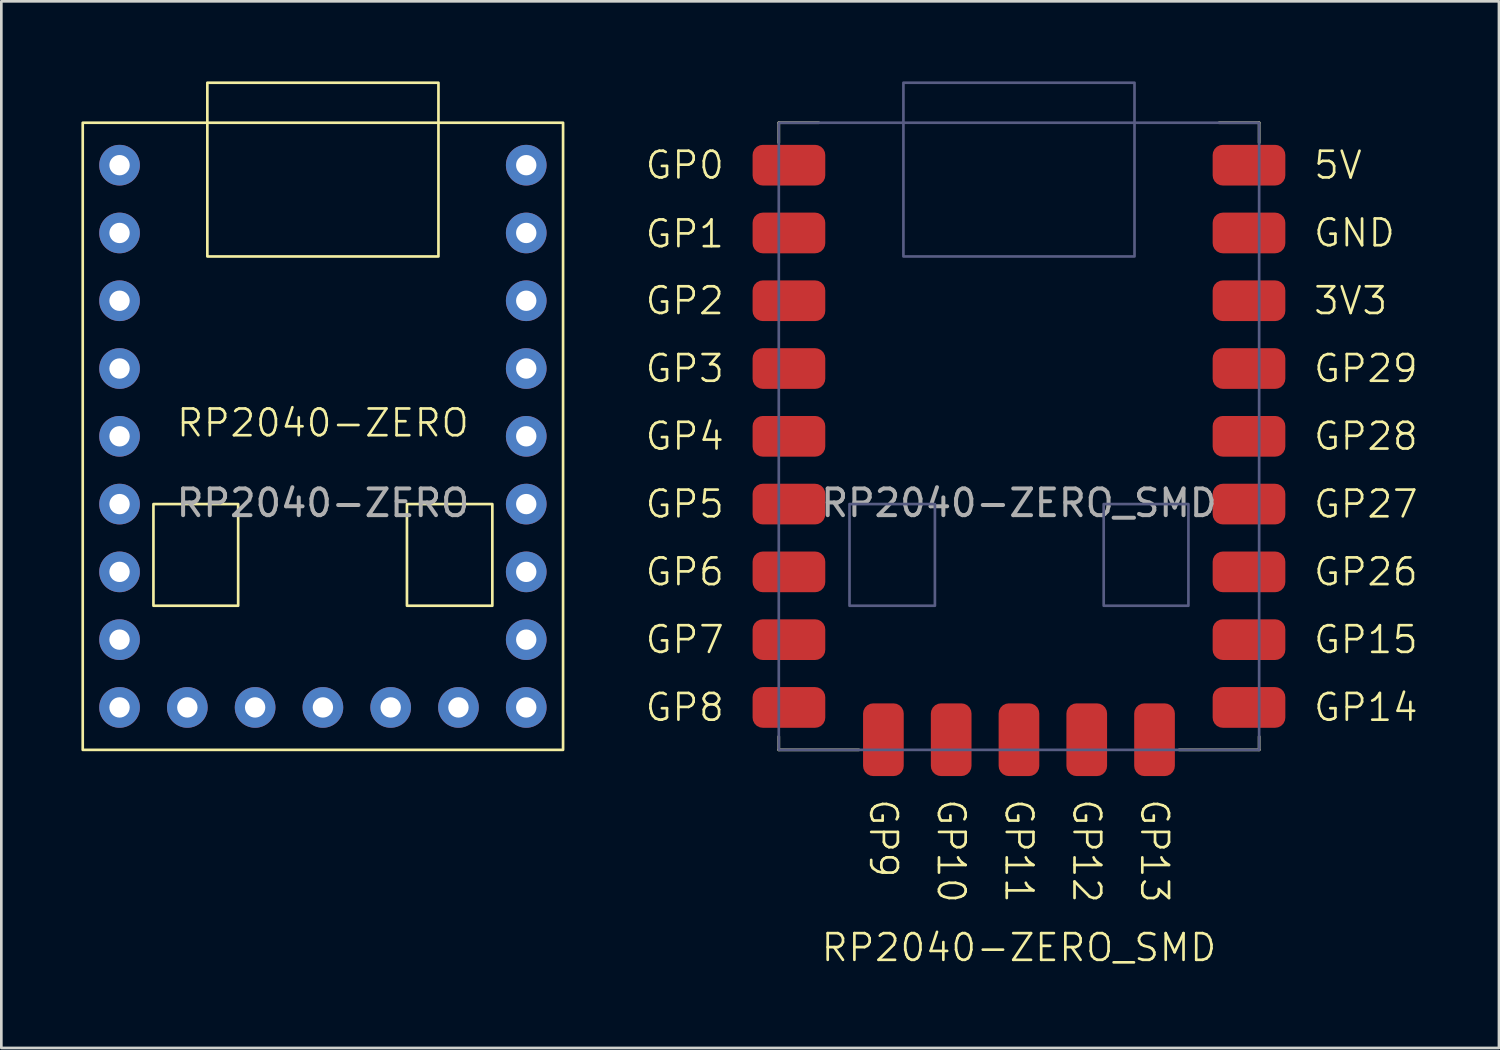
<source format=kicad_pcb>
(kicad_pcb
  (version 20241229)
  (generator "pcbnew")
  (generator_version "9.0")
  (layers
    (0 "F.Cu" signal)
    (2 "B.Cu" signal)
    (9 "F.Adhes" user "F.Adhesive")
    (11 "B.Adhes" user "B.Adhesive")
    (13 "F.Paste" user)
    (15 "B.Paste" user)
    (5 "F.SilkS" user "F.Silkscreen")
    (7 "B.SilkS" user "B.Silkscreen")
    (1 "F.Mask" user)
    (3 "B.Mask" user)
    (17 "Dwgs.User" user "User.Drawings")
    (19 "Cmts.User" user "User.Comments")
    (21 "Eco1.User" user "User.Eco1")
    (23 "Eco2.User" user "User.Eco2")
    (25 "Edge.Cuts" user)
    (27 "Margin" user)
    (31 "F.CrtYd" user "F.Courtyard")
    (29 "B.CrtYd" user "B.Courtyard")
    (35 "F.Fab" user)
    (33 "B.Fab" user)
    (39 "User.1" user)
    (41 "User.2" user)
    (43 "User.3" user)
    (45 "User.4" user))
  (footprint "RP2040-ZERO"
    (layer "F.Cu")
    (at 9.05 13.3)
    (property "Reference" "RP2040-ZERO" (at 0 -0.5 0) (unlocked yes) (layer "F.SilkS") (effects (font (size 1 1) (thickness 0.1))))
    (attr through_hole)
    (fp_rect (start -9 -11.75) (end 9 11.75) (stroke (width 0.1) (type default)) (fill no) (layer "F.SilkS"))
    (fp_rect (start -6.35 2.54) (end -3.175 6.35) (stroke (width 0.1) (type default)) (fill no) (layer "F.SilkS"))
    (fp_rect (start -4.33 -13.25) (end 4.33 -6.74) (stroke (width 0.1) (type default)) (fill no) (layer "F.SilkS"))
    (fp_rect (start 3.15 2.54) (end 6.35 6.35) (stroke (width 0.1) (type default)) (fill no) (layer "F.SilkS"))
    (fp_text user "${REFERENCE}" (at 0 2.5 0) (unlocked yes) (layer "F.Fab") (effects (font (size 1 1) (thickness 0.15))))
    (pad "1" thru_hole circle (at 7.62 -10.16) (size 1.524 1.524) (drill 0.762) (layers "*.Cu" "*.Mask"))
    (pad "2" thru_hole circle (at 7.62 -7.62) (size 1.524 1.524) (drill 0.762) (layers "*.Cu" "*.Mask"))
    (pad "3" thru_hole circle (at 7.62 -5.08) (size 1.524 1.524) (drill 0.762) (layers "*.Cu" "*.Mask"))
    (pad "4" thru_hole circle (at 7.62 -2.54) (size 1.524 1.524) (drill 0.762) (layers "*.Cu" "*.Mask"))
    (pad "5" thru_hole circle (at 7.62 0) (size 1.524 1.524) (drill 0.762) (layers "*.Cu" "*.Mask"))
    (pad "6" thru_hole circle (at 7.62 2.54) (size 1.524 1.524) (drill 0.762) (layers "*.Cu" "*.Mask"))
    (pad "7" thru_hole circle (at 7.62 5.08) (size 1.524 1.524) (drill 0.762) (layers "*.Cu" "*.Mask"))
    (pad "8" thru_hole circle (at 7.62 7.62) (size 1.524 1.524) (drill 0.762) (layers "*.Cu" "*.Mask"))
    (pad "9" thru_hole circle (at 7.62 10.16) (size 1.524 1.524) (drill 0.762) (layers "*.Cu" "*.Mask"))
    (pad "10" thru_hole circle (at 5.08 10.16) (size 1.524 1.524) (drill 0.762) (layers "*.Cu" "*.Mask"))
    (pad "11" thru_hole circle (at 2.54 10.16) (size 1.524 1.524) (drill 0.762) (layers "*.Cu" "*.Mask"))
    (pad "12" thru_hole circle (at 0 10.16) (size 1.524 1.524) (drill 0.762) (layers "*.Cu" "*.Mask"))
    (pad "13" thru_hole circle (at -2.54 10.16) (size 1.524 1.524) (drill 0.762) (layers "*.Cu" "*.Mask"))
    (pad "14" thru_hole circle (at -5.08 10.16) (size 1.524 1.524) (drill 0.762) (layers "*.Cu" "*.Mask"))
    (pad "15" thru_hole circle (at -7.62 10.16) (size 1.524 1.524) (drill 0.762) (layers "*.Cu" "*.Mask"))
    (pad "16" thru_hole circle (at -7.62 7.62) (size 1.524 1.524) (drill 0.762) (layers "*.Cu" "*.Mask"))
    (pad "17" thru_hole circle (at -7.62 5.08) (size 1.524 1.524) (drill 0.762) (layers "*.Cu" "*.Mask"))
    (pad "18" thru_hole circle (at -7.62 2.54) (size 1.524 1.524) (drill 0.762) (layers "*.Cu" "*.Mask"))
    (pad "19" thru_hole circle (at -7.62 0) (size 1.524 1.524) (drill 0.762) (layers "*.Cu" "*.Mask"))
    (pad "20" thru_hole circle (at -7.62 -2.54) (size 1.524 1.524) (drill 0.762) (layers "*.Cu" "*.Mask"))
    (pad "21" thru_hole circle (at -7.62 -5.08) (size 1.524 1.524) (drill 0.762) (layers "*.Cu" "*.Mask"))
    (pad "22" thru_hole circle (at -7.62 -7.62) (size 1.524 1.524) (drill 0.762) (layers "*.Cu" "*.Mask"))
    (pad "23" thru_hole circle (at -7.62 -10.16) (size 1.524 1.524) (drill 0.762) (layers "*.Cu" "*.Mask")))
  (footprint "RP2040-ZERO_SMD"
    (layer "F.Cu")
    (at 35.134 13.3)
    (property "Reference" "RP2040-ZERO_SMD" (at 0 19.16 0) (unlocked yes) (layer "F.SilkS") (effects (font (size 1 1) (thickness 0.1))))
    (attr through_hole)
    (fp_line (start -9 -11.75) (end -7.5 -11.75) (stroke (width 0.1) (type default)) (layer "F.SilkS"))
    (fp_line (start -9 -11) (end -9 -11.75) (stroke (width 0.1) (type default)) (layer "F.SilkS"))
    (fp_line (start -9 11.75) (end -9 11.25) (stroke (width 0.1) (type default)) (layer "F.SilkS"))
    (fp_line (start -9 11.75) (end -6 11.75) (stroke (width 0.1) (type default)) (layer "F.SilkS"))
    (fp_line (start 9 -11.75) (end 7.5 -11.75) (stroke (width 0.1) (type default)) (layer "F.SilkS"))
    (fp_line (start 9 -11) (end 9 -11.75) (stroke (width 0.1) (type default)) (layer "F.SilkS"))
    (fp_line (start 9 11.75) (end 6 11.75) (stroke (width 0.1) (type default)) (layer "F.SilkS"))
    (fp_line (start 9 11.75) (end 9 11.25) (stroke (width 0.1) (type default)) (layer "F.SilkS"))
    (fp_rect (start -3.15 2.54) (end -6.35 6.35) (stroke (width 0.1) (type default)) (fill no) (layer "B.Fab"))
    (fp_rect (start 4.33 -13.25) (end -4.33 -6.74) (stroke (width 0.1) (type default)) (fill no) (layer "B.Fab"))
    (fp_rect (start 6.35 2.54) (end 3.175 6.35) (stroke (width 0.1) (type default)) (fill no) (layer "B.Fab"))
    (fp_rect (start 9 -11.75) (end -9 11.75) (stroke (width 0.1) (type default)) (fill no) (layer "B.Fab"))
    (fp_text user "GP14" (at 10.982 10.16 0) (unlocked yes) (layer "F.SilkS") (effects (font (size 1 1) (thickness 0.1)) (justify left)))
    (fp_text user "GND" (at 10.982 -7.62 0) (unlocked yes) (layer "F.SilkS") (effects (font (size 1 1) (thickness 0.1)) (justify left)))
    (fp_text user "GP1" (at -10.982 -7 0) (unlocked yes) (layer "F.SilkS") (effects (font (size 1 1) (thickness 0.1)) (justify right bottom)))
    (fp_text user "GP27" (at 10.982 2.54 0) (unlocked yes) (layer "F.SilkS") (effects (font (size 1 1) (thickness 0.1)) (justify left)))
    (fp_text user "GP9" (at -5.08 13.522 270) (unlocked yes) (layer "F.SilkS") (effects (font (size 1 1) (thickness 0.1)) (justify left)))
    (fp_text user "GP15" (at 10.982 7.62 0) (unlocked yes) (layer "F.SilkS") (effects (font (size 1 1) (thickness 0.1)) (justify left)))
    (fp_text user "GP0" (at -10.982 -10.16 0) (unlocked yes) (layer "F.SilkS") (effects (font (size 1 1) (thickness 0.1)) (justify right)))
    (fp_text user "GP2" (at -10.982 -5.08 0) (unlocked yes) (layer "F.SilkS") (effects (font (size 1 1) (thickness 0.1)) (justify right)))
    (fp_text user "GP28" (at 10.982 0 0) (unlocked yes) (layer "F.SilkS") (effects (font (size 1 1) (thickness 0.1)) (justify left)))
    (fp_text user "GP29" (at 10.982 -2.54 0) (unlocked yes) (layer "F.SilkS") (effects (font (size 1 1) (thickness 0.1)) (justify left)))
    (fp_text user "GP8" (at -10.982 10.16 0) (unlocked yes) (layer "F.SilkS") (effects (font (size 1 1) (thickness 0.1)) (justify right)))
    (fp_text user "GP13" (at 5.08 13.522 270) (unlocked yes) (layer "F.SilkS") (effects (font (size 1 1) (thickness 0.1)) (justify left)))
    (fp_text user "GP5" (at -10.982 2.54 0) (unlocked yes) (layer "F.SilkS") (effects (font (size 1 1) (thickness 0.1)) (justify right)))
    (fp_text user "GP3" (at -10.982 -2.54 0) (unlocked yes) (layer "F.SilkS") (effects (font (size 1 1) (thickness 0.1)) (justify right)))
    (fp_text user "3V3" (at 10.982 -5.08 0) (unlocked yes) (layer "F.SilkS") (effects (font (size 1 1) (thickness 0.1)) (justify left)))
    (fp_text user "GP6" (at -10.982 5.08 0) (unlocked yes) (layer "F.SilkS") (effects (font (size 1 1) (thickness 0.1)) (justify right)))
    (fp_text user "GP4" (at -10.982 0 0) (unlocked yes) (layer "F.SilkS") (effects (font (size 1 1) (thickness 0.1)) (justify right)))
    (fp_text user "GP10" (at -2.54 13.522 270) (unlocked yes) (layer "F.SilkS") (effects (font (size 1 1) (thickness 0.1)) (justify left)))
    (fp_text user "GP11" (at 0 13.522 270) (unlocked yes) (layer "F.SilkS") (effects (font (size 1 1) (thickness 0.1)) (justify left)))
    (fp_text user "5V" (at 10.982 -10.16 0) (unlocked yes) (layer "F.SilkS") (effects (font (size 1 1) (thickness 0.1)) (justify left)))
    (fp_text user "GP12" (at 2.54 13.522 270) (unlocked yes) (layer "F.SilkS") (effects (font (size 1 1) (thickness 0.1)) (justify left)))
    (fp_text user "GP26" (at 10.982 5.08 0) (unlocked yes) (layer "F.SilkS") (effects (font (size 1 1) (thickness 0.1)) (justify left)))
    (fp_text user "GP7" (at -10.982 7.62 0) (unlocked yes) (layer "F.SilkS") (effects (font (size 1 1) (thickness 0.1)) (justify right)))
    (fp_text user "${REFERENCE}" (at 0 2.5 0) (unlocked yes) (layer "F.Fab") (effects (font (size 1 1) (thickness 0.15))))
    (pad "1" smd roundrect (at -8.62 -10.16) (size 2.724 1.524) (layers "F.Cu" "F.Mask" "F.Paste") (roundrect_rratio 0.25))
    (pad "2" smd roundrect (at -8.62 -7.62) (size 2.724 1.524) (layers "F.Cu" "F.Mask" "F.Paste") (roundrect_rratio 0.25))
    (pad "3" smd roundrect (at -8.62 -5.08) (size 2.724 1.524) (layers "F.Cu" "F.Mask" "F.Paste") (roundrect_rratio 0.25))
    (pad "4" smd roundrect (at -8.62 -2.54) (size 2.724 1.524) (layers "F.Cu" "F.Mask" "F.Paste") (roundrect_rratio 0.25))
    (pad "5" smd roundrect (at -8.62 0) (size 2.724 1.524) (layers "F.Cu" "F.Mask" "F.Paste") (roundrect_rratio 0.25))
    (pad "6" smd roundrect (at -8.62 2.54) (size 2.724 1.524) (layers "F.Cu" "F.Mask" "F.Paste") (roundrect_rratio 0.25))
    (pad "7" smd roundrect (at -8.62 5.08) (size 2.724 1.524) (layers "F.Cu" "F.Mask" "F.Paste") (roundrect_rratio 0.25))
    (pad "8" smd roundrect (at -8.62 7.62) (size 2.724 1.524) (layers "F.Cu" "F.Mask" "F.Paste") (roundrect_rratio 0.25))
    (pad "9" smd roundrect (at -8.62 10.16) (size 2.724 1.524) (layers "F.Cu" "F.Mask" "F.Paste") (roundrect_rratio 0.25))
    (pad "10" smd roundrect (at -5.08 11.37) (size 1.524 2.724) (layers "F.Cu" "F.Mask" "F.Paste") (roundrect_rratio 0.25))
    (pad "11" smd roundrect (at -2.54 11.37) (size 1.524 2.724) (layers "F.Cu" "F.Mask" "F.Paste") (roundrect_rratio 0.25))
    (pad "12" smd roundrect (at 0 11.37) (size 1.524 2.724) (layers "F.Cu" "F.Mask" "F.Paste") (roundrect_rratio 0.25))
    (pad "13" smd roundrect (at 2.54 11.37) (size 1.524 2.724) (layers "F.Cu" "F.Mask" "F.Paste") (roundrect_rratio 0.25))
    (pad "14" smd roundrect (at 5.08 11.37) (size 1.524 2.724) (layers "F.Cu" "F.Mask" "F.Paste") (roundrect_rratio 0.25))
    (pad "15" smd roundrect (at 8.62 10.16) (size 2.724 1.524) (layers "F.Cu" "F.Mask" "F.Paste") (roundrect_rratio 0.25))
    (pad "16" smd roundrect (at 8.62 7.62) (size 2.724 1.524) (layers "F.Cu" "F.Mask" "F.Paste") (roundrect_rratio 0.25))
    (pad "17" smd roundrect (at 8.62 5.08) (size 2.724 1.524) (layers "F.Cu" "F.Mask" "F.Paste") (roundrect_rratio 0.25))
    (pad "18" smd roundrect (at 8.62 2.54) (size 2.724 1.524) (layers "F.Cu" "F.Mask" "F.Paste") (roundrect_rratio 0.25))
    (pad "19" smd roundrect (at 8.62 0) (size 2.724 1.524) (layers "F.Cu" "F.Mask" "F.Paste") (roundrect_rratio 0.25))
    (pad "20" smd roundrect (at 8.62 -2.54) (size 2.724 1.524) (layers "F.Cu" "F.Mask" "F.Paste") (roundrect_rratio 0.25))
    (pad "21" smd roundrect (at 8.62 -5.08) (size 2.724 1.524) (layers "F.Cu" "F.Mask" "F.Paste") (roundrect_rratio 0.25))
    (pad "22" smd roundrect (at 8.62 -7.62) (size 2.724 1.524) (layers "F.Cu" "F.Mask" "F.Paste") (roundrect_rratio 0.25))
    (pad "23" smd roundrect (at 8.62 -10.16) (size 2.724 1.524) (layers "F.Cu" "F.Mask" "F.Paste") (roundrect_rratio 0.25)))
  (gr_rect
    (start -3 -3)
    (end 53.121 36.221)
    (stroke (width 0.1) (type default))
    (fill no)
    (layer "Edge.Cuts")))
</source>
